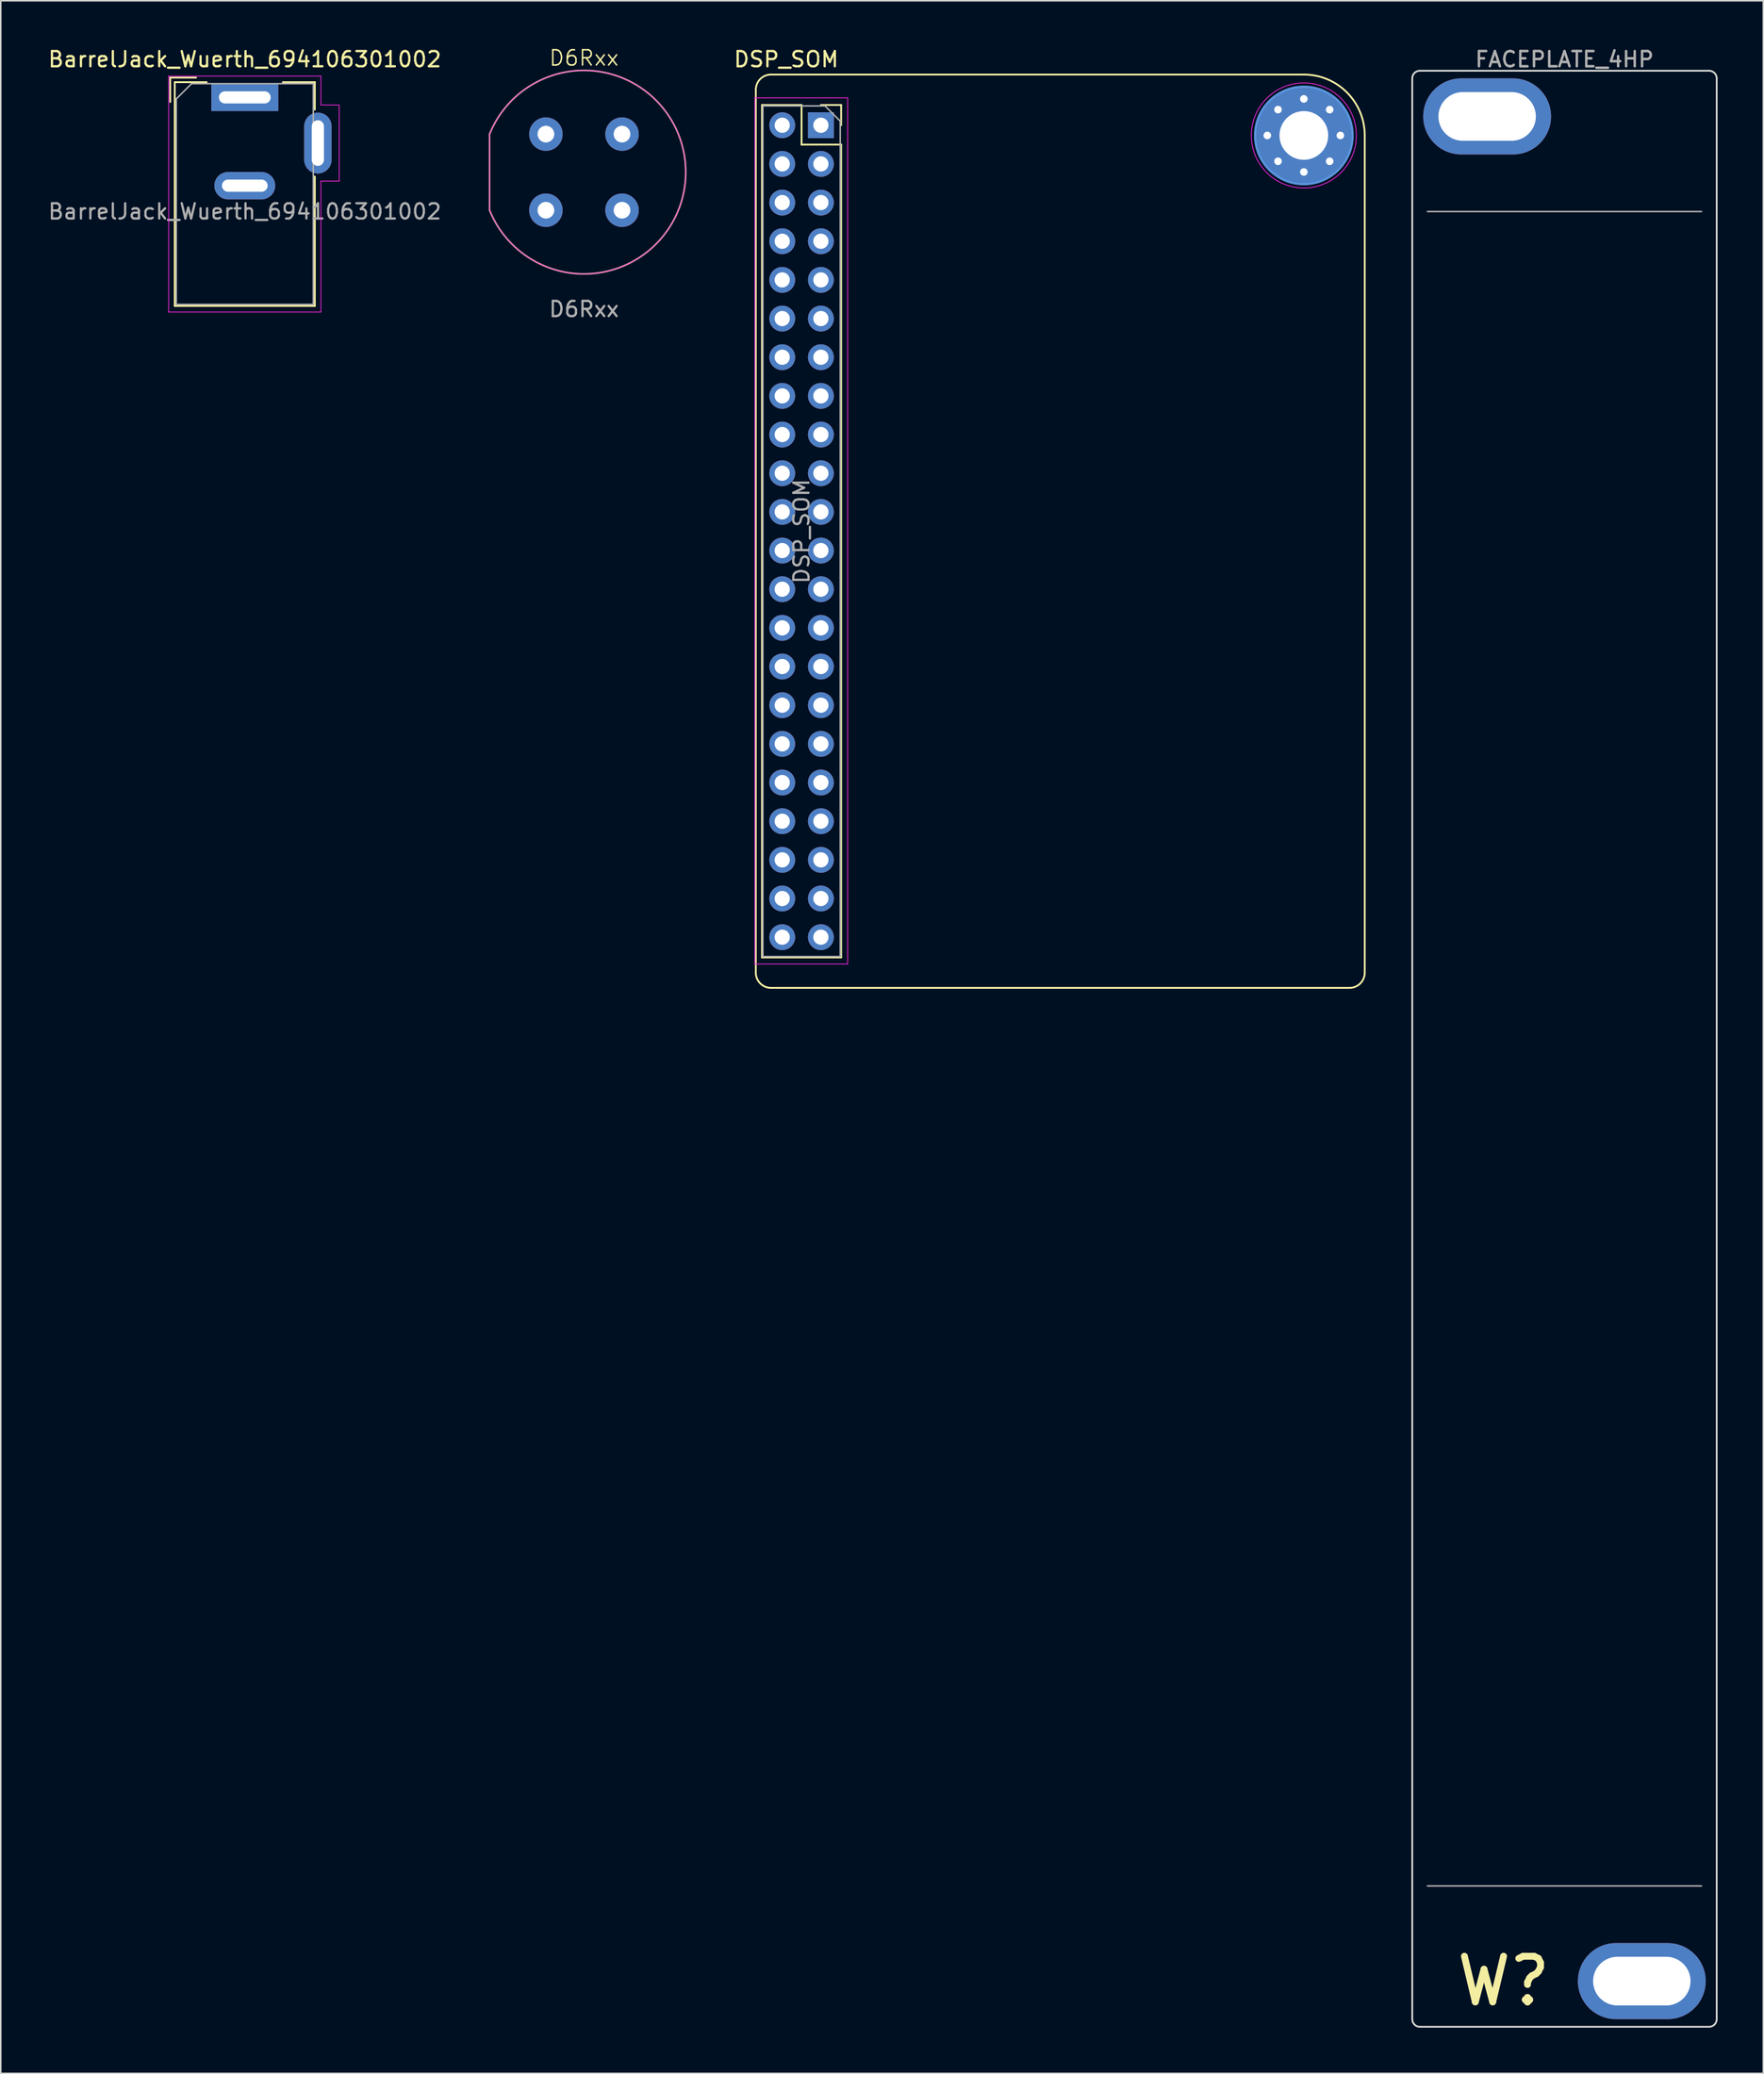
<source format=kicad_pcb>
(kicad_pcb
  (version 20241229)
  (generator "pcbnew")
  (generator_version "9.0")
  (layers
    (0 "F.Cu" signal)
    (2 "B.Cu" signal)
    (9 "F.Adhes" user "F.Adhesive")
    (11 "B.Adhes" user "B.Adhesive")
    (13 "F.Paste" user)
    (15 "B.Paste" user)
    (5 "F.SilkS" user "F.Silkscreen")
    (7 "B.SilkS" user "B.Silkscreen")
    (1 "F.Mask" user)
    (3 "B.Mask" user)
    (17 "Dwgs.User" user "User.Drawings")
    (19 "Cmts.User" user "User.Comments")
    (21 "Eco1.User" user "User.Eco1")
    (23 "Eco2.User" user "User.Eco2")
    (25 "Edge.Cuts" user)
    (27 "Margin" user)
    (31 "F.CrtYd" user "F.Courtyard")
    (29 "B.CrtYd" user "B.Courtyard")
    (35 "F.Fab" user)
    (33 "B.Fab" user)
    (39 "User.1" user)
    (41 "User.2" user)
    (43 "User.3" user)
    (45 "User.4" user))
  (footprint "DSP_SOM"
    (layer "F.Cu")
    (at 46.598 31.848)
    (property "Reference" "DSP_SOM" (at 2 -31 0) (layer "F.SilkS") (effects (font (size 1 1) (thickness 0.15))))
    (attr through_hole)
    (fp_line (start 0 29) (end 0 -29) (stroke (width 0.12) (type solid)) (layer "F.SilkS"))
    (fp_line (start 0.405 -28) (end 0.405 28) (stroke (width 0.12) (type solid)) (layer "F.SilkS"))
    (fp_line (start 0.405 -28) (end 3.005 -28) (stroke (width 0.12) (type solid)) (layer "F.SilkS"))
    (fp_line (start 0.405 28) (end 5.605 28) (stroke (width 0.12) (type solid)) (layer "F.SilkS"))
    (fp_line (start 1 -30) (end 36 -30) (stroke (width 0.12) (type solid)) (layer "F.SilkS"))
    (fp_line (start 3.005 -28) (end 3.005 -25.4) (stroke (width 0.12) (type solid)) (layer "F.SilkS"))
    (fp_line (start 3.005 -25.4) (end 5.605 -25.4) (stroke (width 0.12) (type solid)) (layer "F.SilkS"))
    (fp_line (start 4.275 -28) (end 5.605 -28) (stroke (width 0.12) (type solid)) (layer "F.SilkS"))
    (fp_line (start 5.605 -28) (end 5.605 -26.67) (stroke (width 0.12) (type solid)) (layer "F.SilkS"))
    (fp_line (start 5.605 -25.4) (end 5.605 28) (stroke (width 0.12) (type solid)) (layer "F.SilkS"))
    (fp_line (start 39 30) (end 1 30) (stroke (width 0.12) (type solid)) (layer "F.SilkS"))
    (fp_line (start 40 -26) (end 40 29) (stroke (width 0.12) (type solid)) (layer "F.SilkS"))
    (fp_arc (start 0 -29) (mid 0.292893 -29.707107) (end 1 -30) (stroke (width 0.12) (type solid)) (layer "F.SilkS"))
    (fp_arc (start 1 30) (mid 0.292893 29.707107) (end 0 29) (stroke (width 0.12) (type solid)) (layer "F.SilkS"))
    (fp_arc (start 36 -30) (mid 38.828427 -28.828427) (end 40 -26) (stroke (width 0.12) (type solid)) (layer "F.SilkS"))
    (fp_arc (start 40 29) (mid 39.707107 29.707107) (end 39 30) (stroke (width 0.12) (type solid)) (layer "F.SilkS"))
    (fp_circle (center 36 -26) (end 39.2 -26) (stroke (width 0.15) (type solid)) (fill no) (layer "Cmts.User"))
    (fp_line (start -0.065 -28.47) (end 6.035 -28.47) (stroke (width 0.05) (type solid)) (layer "F.CrtYd"))
    (fp_line (start -0.065 28.43) (end -0.065 -28.47) (stroke (width 0.05) (type solid)) (layer "F.CrtYd"))
    (fp_line (start 6.035 -28.47) (end 6.035 28.43) (stroke (width 0.05) (type solid)) (layer "F.CrtYd"))
    (fp_line (start 6.035 28.43) (end -0.065 28.43) (stroke (width 0.05) (type solid)) (layer "F.CrtYd"))
    (fp_circle (center 36 -26) (end 39.45 -26) (stroke (width 0.05) (type solid)) (fill no) (layer "F.CrtYd"))
    (fp_line (start 0.465 -27.94) (end 4.545 -27.94) (stroke (width 0.1) (type solid)) (layer "F.Fab"))
    (fp_line (start 0.465 27.94) (end 0.465 -27.94) (stroke (width 0.1) (type solid)) (layer "F.Fab"))
    (fp_line (start 4.545 -27.94) (end 5.545 -26.94) (stroke (width 0.1) (type solid)) (layer "F.Fab"))
    (fp_line (start 5.545 -26.94) (end 5.545 27.94) (stroke (width 0.1) (type solid)) (layer "F.Fab"))
    (fp_line (start 5.545 27.94) (end 0.465 27.94) (stroke (width 0.1) (type solid)) (layer "F.Fab"))
    (fp_text user "${REFERENCE}" (at 3.005 0 90) (layer "F.Fab") (effects (font (size 1 1) (thickness 0.15))))
    (pad "1" thru_hole rect (at 4.275 -26.67) (size 1.7 1.7) (drill 1) (layers "*.Cu" "*.Mask"))
    (pad "2" thru_hole circle (at 1.735 -26.67) (size 1.7 1.7) (drill 1) (layers "*.Cu" "*.Mask"))
    (pad "2" thru_hole circle (at 33.6 -26) (size 0.8 0.8) (drill 0.5) (layers "*.Cu" "*.Mask"))
    (pad "2" thru_hole circle (at 34.303 -27.697) (size 0.8 0.8) (drill 0.5) (layers "*.Cu" "*.Mask"))
    (pad "2" thru_hole circle (at 34.303 -24.303) (size 0.8 0.8) (drill 0.5) (layers "*.Cu" "*.Mask"))
    (pad "2" thru_hole circle (at 36 -28.4) (size 0.8 0.8) (drill 0.5) (layers "*.Cu" "*.Mask"))
    (pad "2" thru_hole circle (at 36 -26) (size 6.4 6.4) (drill 3.2) (layers "*.Cu" "*.Mask"))
    (pad "2" thru_hole circle (at 36 -23.6) (size 0.8 0.8) (drill 0.5) (layers "*.Cu" "*.Mask"))
    (pad "2" thru_hole circle (at 37.697 -27.697) (size 0.8 0.8) (drill 0.5) (layers "*.Cu" "*.Mask"))
    (pad "2" thru_hole circle (at 37.697 -24.303) (size 0.8 0.8) (drill 0.5) (layers "*.Cu" "*.Mask"))
    (pad "2" thru_hole circle (at 38.4 -26) (size 0.8 0.8) (drill 0.5) (layers "*.Cu" "*.Mask"))
    (pad "3" thru_hole circle (at 4.275 -24.13) (size 1.7 1.7) (drill 1) (layers "*.Cu" "*.Mask"))
    (pad "4" thru_hole circle (at 1.735 -24.13) (size 1.7 1.7) (drill 1) (layers "*.Cu" "*.Mask"))
    (pad "5" thru_hole circle (at 4.275 -21.59) (size 1.7 1.7) (drill 1) (layers "*.Cu" "*.Mask"))
    (pad "6" thru_hole circle (at 1.735 -21.59) (size 1.7 1.7) (drill 1) (layers "*.Cu" "*.Mask"))
    (pad "7" thru_hole circle (at 4.275 -19.05) (size 1.7 1.7) (drill 1) (layers "*.Cu" "*.Mask"))
    (pad "8" thru_hole circle (at 1.735 -19.05) (size 1.7 1.7) (drill 1) (layers "*.Cu" "*.Mask"))
    (pad "9" thru_hole circle (at 4.275 -16.51) (size 1.7 1.7) (drill 1) (layers "*.Cu" "*.Mask"))
    (pad "10" thru_hole circle (at 1.735 -16.51) (size 1.7 1.7) (drill 1) (layers "*.Cu" "*.Mask"))
    (pad "11" thru_hole circle (at 4.275 -13.97) (size 1.7 1.7) (drill 1) (layers "*.Cu" "*.Mask"))
    (pad "12" thru_hole circle (at 1.735 -13.97) (size 1.7 1.7) (drill 1) (layers "*.Cu" "*.Mask"))
    (pad "13" thru_hole circle (at 4.275 -11.43) (size 1.7 1.7) (drill 1) (layers "*.Cu" "*.Mask"))
    (pad "14" thru_hole circle (at 1.735 -11.43) (size 1.7 1.7) (drill 1) (layers "*.Cu" "*.Mask"))
    (pad "15" thru_hole circle (at 4.275 -8.89) (size 1.7 1.7) (drill 1) (layers "*.Cu" "*.Mask"))
    (pad "16" thru_hole circle (at 1.735 -8.89) (size 1.7 1.7) (drill 1) (layers "*.Cu" "*.Mask"))
    (pad "17" thru_hole circle (at 4.275 -6.35) (size 1.7 1.7) (drill 1) (layers "*.Cu" "*.Mask"))
    (pad "18" thru_hole circle (at 1.735 -6.35) (size 1.7 1.7) (drill 1) (layers "*.Cu" "*.Mask"))
    (pad "19" thru_hole circle (at 4.275 -3.81) (size 1.7 1.7) (drill 1) (layers "*.Cu" "*.Mask"))
    (pad "20" thru_hole circle (at 1.735 -3.81) (size 1.7 1.7) (drill 1) (layers "*.Cu" "*.Mask"))
    (pad "21" thru_hole circle (at 4.275 -1.27) (size 1.7 1.7) (drill 1) (layers "*.Cu" "*.Mask"))
    (pad "22" thru_hole circle (at 1.735 -1.27) (size 1.7 1.7) (drill 1) (layers "*.Cu" "*.Mask"))
    (pad "23" thru_hole circle (at 4.275 1.27) (size 1.7 1.7) (drill 1) (layers "*.Cu" "*.Mask"))
    (pad "24" thru_hole circle (at 1.735 1.27) (size 1.7 1.7) (drill 1) (layers "*.Cu" "*.Mask"))
    (pad "25" thru_hole circle (at 4.275 3.81) (size 1.7 1.7) (drill 1) (layers "*.Cu" "*.Mask"))
    (pad "26" thru_hole circle (at 1.735 3.81) (size 1.7 1.7) (drill 1) (layers "*.Cu" "*.Mask"))
    (pad "27" thru_hole circle (at 4.275 6.35) (size 1.7 1.7) (drill 1) (layers "*.Cu" "*.Mask"))
    (pad "28" thru_hole circle (at 1.735 6.35) (size 1.7 1.7) (drill 1) (layers "*.Cu" "*.Mask"))
    (pad "29" thru_hole circle (at 4.275 8.89) (size 1.7 1.7) (drill 1) (layers "*.Cu" "*.Mask"))
    (pad "30" thru_hole circle (at 1.735 8.89) (size 1.7 1.7) (drill 1) (layers "*.Cu" "*.Mask"))
    (pad "31" thru_hole circle (at 4.275 11.43) (size 1.7 1.7) (drill 1) (layers "*.Cu" "*.Mask"))
    (pad "32" thru_hole circle (at 1.735 11.43) (size 1.7 1.7) (drill 1) (layers "*.Cu" "*.Mask"))
    (pad "33" thru_hole circle (at 4.275 13.97) (size 1.7 1.7) (drill 1) (layers "*.Cu" "*.Mask"))
    (pad "34" thru_hole circle (at 1.735 13.97) (size 1.7 1.7) (drill 1) (layers "*.Cu" "*.Mask"))
    (pad "35" thru_hole circle (at 4.275 16.51) (size 1.7 1.7) (drill 1) (layers "*.Cu" "*.Mask"))
    (pad "36" thru_hole circle (at 1.735 16.51) (size 1.7 1.7) (drill 1) (layers "*.Cu" "*.Mask"))
    (pad "37" thru_hole circle (at 4.275 19.05) (size 1.7 1.7) (drill 1) (layers "*.Cu" "*.Mask"))
    (pad "38" thru_hole circle (at 1.735 19.05) (size 1.7 1.7) (drill 1) (layers "*.Cu" "*.Mask"))
    (pad "39" thru_hole circle (at 4.275 21.59) (size 1.7 1.7) (drill 1) (layers "*.Cu" "*.Mask"))
    (pad "40" thru_hole circle (at 1.735 21.59) (size 1.7 1.7) (drill 1) (layers "*.Cu" "*.Mask"))
    (pad "41" thru_hole circle (at 4.275 24.13) (size 1.7 1.7) (drill 1) (layers "*.Cu" "*.Mask"))
    (pad "42" thru_hole circle (at 1.735 24.13) (size 1.7 1.7) (drill 1) (layers "*.Cu" "*.Mask"))
    (pad "43" thru_hole circle (at 4.275 26.67) (size 1.7 1.7) (drill 1) (layers "*.Cu" "*.Mask"))
    (pad "44" thru_hole circle (at 1.735 26.67) (size 1.7 1.7) (drill 1) (layers "*.Cu" "*.Mask")))
  (footprint "BarrelJack_Wuerth_694106301002"
    (layer "F.Cu")
    (at 13.03 3.348)
    (property "Reference" "BarrelJack_Wuerth_694106301002" (at 0 -2.5 0) (layer "F.SilkS") (effects (font (size 1 1) (thickness 0.15))))
    (attr through_hole)
    (fp_line (start -4.9 -1.3) (end -4.9 0.3) (stroke (width 0.12) (type solid)) (layer "F.SilkS"))
    (fp_line (start -4.6 -1) (end -2.5 -1) (stroke (width 0.12) (type solid)) (layer "F.SilkS"))
    (fp_line (start -4.6 13.7) (end -4.6 -1) (stroke (width 0.12) (type solid)) (layer "F.SilkS"))
    (fp_line (start -3.2 -1.3) (end -4.9 -1.3) (stroke (width 0.12) (type solid)) (layer "F.SilkS"))
    (fp_line (start 2.5 -1) (end 4.6 -1) (stroke (width 0.12) (type solid)) (layer "F.SilkS"))
    (fp_line (start 4.6 -1) (end 4.6 0.8) (stroke (width 0.12) (type solid)) (layer "F.SilkS"))
    (fp_line (start 4.6 5.2) (end 4.6 13.7) (stroke (width 0.12) (type solid)) (layer "F.SilkS"))
    (fp_line (start 4.6 13.7) (end -4.6 13.7) (stroke (width 0.12) (type solid)) (layer "F.SilkS"))
    (fp_line (start -5 -1.4) (end -5 14.1) (stroke (width 0.05) (type solid)) (layer "F.CrtYd"))
    (fp_line (start -5 14.1) (end 5 14.1) (stroke (width 0.05) (type solid)) (layer "F.CrtYd"))
    (fp_line (start 5 -1.4) (end -5 -1.4) (stroke (width 0.05) (type solid)) (layer "F.CrtYd"))
    (fp_line (start 5 0.5) (end 5 -1.4) (stroke (width 0.05) (type solid)) (layer "F.CrtYd"))
    (fp_line (start 5 14.1) (end 5 5.5) (stroke (width 0.05) (type solid)) (layer "F.CrtYd"))
    (fp_line (start 6.2 0.5) (end 5 0.5) (stroke (width 0.05) (type solid)) (layer "F.CrtYd"))
    (fp_line (start 6.2 0.5) (end 6.2 5.5) (stroke (width 0.05) (type solid)) (layer "F.CrtYd"))
    (fp_line (start 6.2 5.5) (end 5 5.5) (stroke (width 0.05) (type solid)) (layer "F.CrtYd"))
    (fp_line (start -4.5 0.1) (end -3.5 -0.9) (stroke (width 0.1) (type solid)) (layer "F.Fab"))
    (fp_line (start -4.5 13.6) (end -4.5 0.1) (stroke (width 0.1) (type solid)) (layer "F.Fab"))
    (fp_line (start 4.5 -0.9) (end -3.5 -0.9) (stroke (width 0.1) (type solid)) (layer "F.Fab"))
    (fp_line (start 4.5 -0.9) (end 4.5 13.6) (stroke (width 0.1) (type solid)) (layer "F.Fab"))
    (fp_line (start 4.5 13.6) (end -4.5 13.6) (stroke (width 0.1) (type solid)) (layer "F.Fab"))
    (fp_text user "${REFERENCE}" (at 0 7.5 0) (layer "F.Fab") (effects (font (size 1 1) (thickness 0.15))))
    (pad "1" thru_hole rect (at 0 0) (size 4.4 1.8) (drill oval 3.4 0.8) (layers "*.Cu" "*.Mask"))
    (pad "2" thru_hole oval (at 0 5.8) (size 4 1.8) (drill oval 3 0.8) (layers "*.Cu" "*.Mask"))
    (pad "3" thru_hole oval (at 4.8 3 90) (size 4 1.8) (drill oval 3 0.8) (layers "*.Cu" "*.Mask")))
  (footprint "D6Rxx"
    (layer "F.Cu")
    (at 35.31 8.261)
    (property "Reference" "D6Rxx" (at 0 -7.5 0) (unlocked yes) (layer "F.SilkS") (effects (font (size 1 1) (thickness 0.1))))
    (attr exclude_from_pos_files exclude_from_bom)
    (fp_line (start -6.2 -2.5) (end -6.2 2.5) (stroke (width 0.1) (type solid)) (layer "F.SilkS"))
    (fp_arc (start -6.2 -2.5) (mid 6.685058 0) (end -6.2 2.5) (stroke (width 0.1) (type default)) (layer "F.SilkS"))
    (fp_line (start -6.2 -2.5) (end -6.2 2.5) (stroke (width 0.05) (type solid)) (layer "F.CrtYd"))
    (fp_arc (start -6.2 -2.5) (mid 6.685058 0) (end -6.2 2.5) (stroke (width 0.05) (type default)) (layer "F.CrtYd"))
    (fp_text user "${REFERENCE}" (at 0 9 0) (unlocked yes) (layer "F.Fab") (effects (font (size 1 1) (thickness 0.15))))
    (pad "1" thru_hole circle (at -2.5 -2.5) (size 2.2 2.2) (drill 1.1) (layers "*.Cu" "*.Mask"))
    (pad "1" thru_hole circle (at 2.5 -2.5) (size 2.2 2.2) (drill 1.1) (layers "*.Cu" "*.Mask"))
    (pad "2" thru_hole circle (at -2.5 2.5) (size 2.2 2.2) (drill 1.1) (layers "*.Cu" "*.Mask"))
    (pad "2" thru_hole circle (at 2.5 2.5) (size 2.2 2.2) (drill 1.1) (layers "*.Cu" "*.Mask")))
  (footprint "FACEPLATE_4HP"
    (layer "F.Cu")
    (at 99.718 65.848)
    (property "Reference" "FACEPLATE_4HP" (at 0 -65 0) (unlocked yes) (layer "F.Fab") (effects (font (size 1 1) (thickness 0.15))))
    (attr through_hole)
    (fp_line (start -10 -63.75) (end -10 63.75) (stroke (width 0.12) (type solid)) (layer "Edge.Cuts"))
    (fp_line (start -9.5 64.25) (end 9.5 64.25) (stroke (width 0.12) (type solid)) (layer "Edge.Cuts"))
    (fp_line (start 9.5 -64.25) (end -9.5 -64.25) (stroke (width 0.12) (type solid)) (layer "Edge.Cuts"))
    (fp_line (start 10 63.75) (end 10 -63.75) (stroke (width 0.12) (type solid)) (layer "Edge.Cuts"))
    (fp_arc (start -10 -63.75) (mid -9.853553 -64.103553) (end -9.5 -64.25) (stroke (width 0.12) (type solid)) (layer "Edge.Cuts"))
    (fp_arc (start -9.5 64.25) (mid -9.853553 64.103553) (end -10 63.75) (stroke (width 0.12) (type solid)) (layer "Edge.Cuts"))
    (fp_arc (start 9.5 -64.25) (mid 9.853553 -64.103553) (end 10 -63.75) (stroke (width 0.12) (type solid)) (layer "Edge.Cuts"))
    (fp_arc (start 10 63.75) (mid 9.853553 64.103553) (end 9.5 64.25) (stroke (width 0.12) (type solid)) (layer "Edge.Cuts"))
    (fp_line (start -9 -55) (end 9 -55) (stroke (width 0.1) (type solid)) (layer "F.Fab"))
    (fp_line (start -9 55) (end 9 55) (stroke (width 0.1) (type solid)) (layer "F.Fab"))
    (fp_text user "W?" (at -4 61.25 0) (unlocked yes) (layer "F.SilkS") (effects (font (size 3 3) (thickness 0.45))))
    (fp_text user "${REFERENCE}" (at 0 -65 0) (unlocked yes) (layer "F.Fab") (effects (font (size 1 1) (thickness 0.15))))
    (pad "1" thru_hole oval (at -5.08 -61.25) (size 8.4 5) (drill oval 6.4 3.2) (layers "*.Cu" "*.Mask"))
    (pad "1" thru_hole oval (at 5.08 61.25) (size 8.4 5) (drill oval 6.4 3.2) (layers "*.Cu" "*.Mask")))
  (gr_rect
    (start -3 -3)
    (end 112.778 133.158)
    (stroke (width 0.1) (type default))
    (fill no)
    (layer "Edge.Cuts")))
</source>
